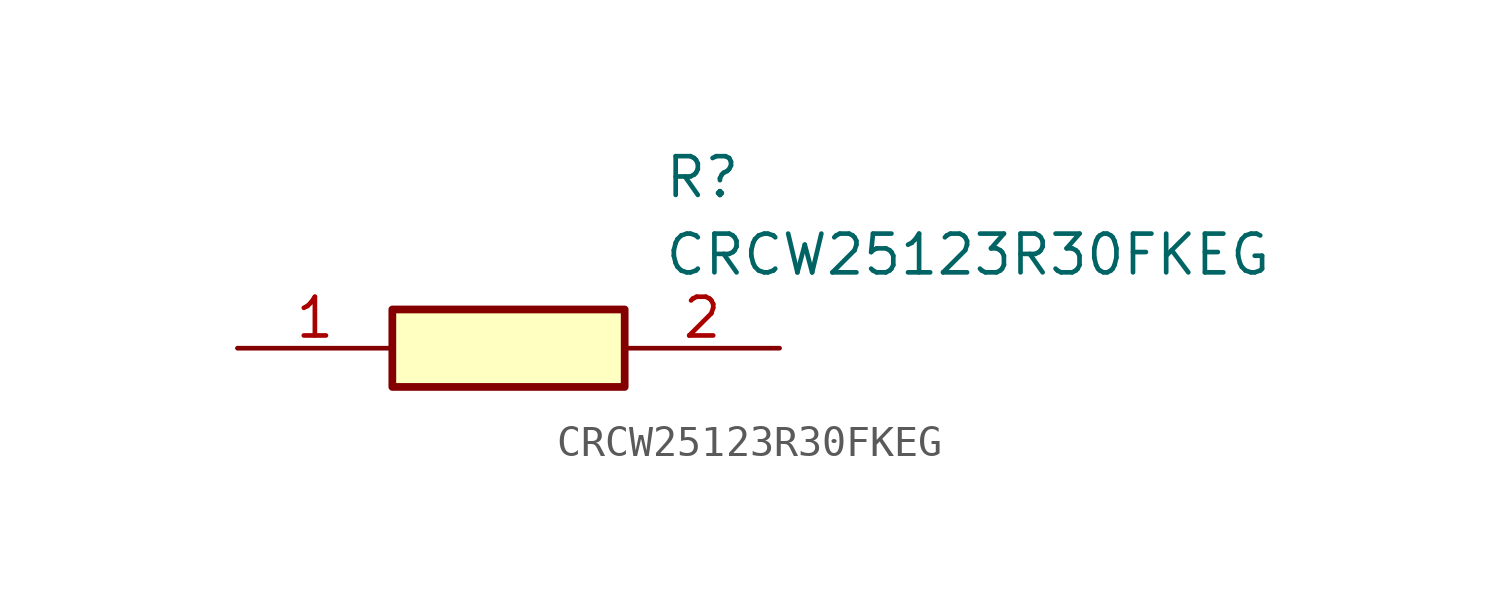
<source format=kicad_sym>
(kicad_symbol_lib
  (version 20211014)
  (generator SamacSys_ECAD_Model)
  (symbol "CRCW25123R30FKEG"
    (pin_names hide)
    (property "Reference" "R"
      (at 13.97 6.35 0)
      (effects (font (size 1.27 1.27)) (justify left top)))
    (property "Value" "CRCW25123R30FKEG"
      (at 13.97 3.81 0)
      (effects (font (size 1.27 1.27)) (justify left top)))
    (rectangle
      (start 5.08 1.27)
      (end 12.7 -1.27)
      (stroke (width 0.254) (type default))
      (fill (type background)))
    (pin passive line
      (at 0 0 0)
      (length 5.08)
      (name "1" (effects (font (size 1.27 1.27))))
      (number "1" (effects (font (size 1.27 1.27)))))
    (pin passive line
      (at 17.78 0 180)
      (length 5.08)
      (name "2" (effects (font (size 1.27 1.27))))
      (number "2" (effects (font (size 1.27 1.27)))))))
</source>
